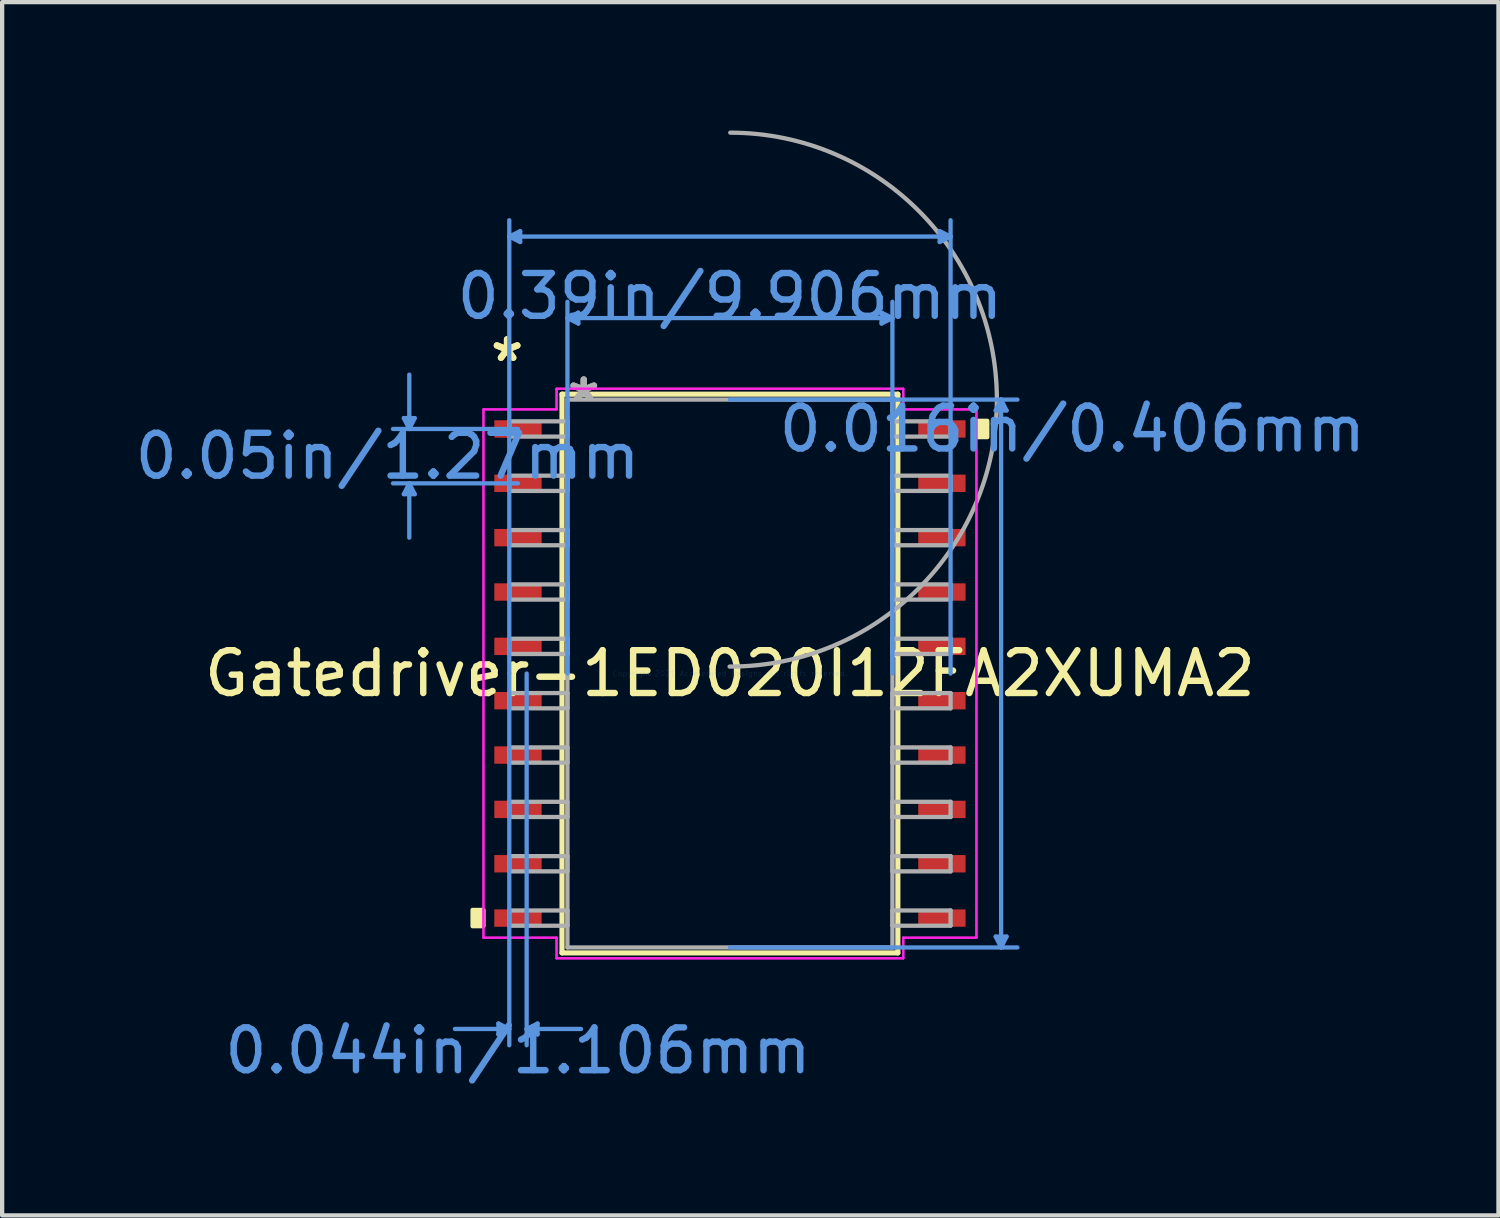
<source format=kicad_pcb>
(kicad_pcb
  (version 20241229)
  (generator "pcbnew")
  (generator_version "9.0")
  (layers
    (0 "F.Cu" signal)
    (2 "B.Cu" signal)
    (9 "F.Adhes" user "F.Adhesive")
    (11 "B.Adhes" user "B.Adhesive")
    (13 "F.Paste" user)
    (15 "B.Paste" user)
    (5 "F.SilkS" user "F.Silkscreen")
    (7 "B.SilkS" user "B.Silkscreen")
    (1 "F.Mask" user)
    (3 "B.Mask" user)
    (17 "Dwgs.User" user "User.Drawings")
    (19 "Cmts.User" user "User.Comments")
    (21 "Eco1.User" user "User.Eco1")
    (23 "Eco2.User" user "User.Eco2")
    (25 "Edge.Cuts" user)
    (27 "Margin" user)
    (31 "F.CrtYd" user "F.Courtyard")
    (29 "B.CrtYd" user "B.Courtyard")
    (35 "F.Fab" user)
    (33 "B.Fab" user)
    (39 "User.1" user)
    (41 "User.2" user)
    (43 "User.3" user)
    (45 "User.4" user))
  (footprint "Gatedriver-1ED020I12FA2XUMA2"
    (layer "F.Cu")
    (at 14.007 12.689)
    (property "Reference" "Gatedriver-1ED020I12FA2XUMA2" (at 0 0 0) (layer "F.SilkS") (effects (font (size 1 1) (thickness 0.15))))
    (attr through_hole)
    (fp_line (start -3.924 -6.528) (end -3.924 6.528) (stroke (width 0.12) (type solid)) (layer "F.SilkS"))
    (fp_line (start -3.924 6.528) (end 3.924 6.528) (stroke (width 0.12) (type solid)) (layer "F.SilkS"))
    (fp_line (start 3.924 -6.528) (end -3.924 -6.528) (stroke (width 0.12) (type solid)) (layer "F.SilkS"))
    (fp_line (start 3.924 6.528) (end 3.924 -6.528) (stroke (width 0.12) (type solid)) (layer "F.SilkS"))
    (fp_poly (pts (xy -6.014 5.524) (xy -6.014 5.905) (xy -5.76 5.905) (xy -5.76 5.524)) (stroke (width 0.1) (type solid)) (fill yes) (layer "F.SilkS"))
    (fp_poly (pts (xy 6.014 -5.905) (xy 6.014 -5.524) (xy 5.76 -5.524) (xy 5.76 -5.905)) (stroke (width 0.1) (type solid)) (fill yes) (layer "F.SilkS"))
    (fp_line (start -7.62 -5.969) (end -7.366 -5.969) (stroke (width 0.1) (type solid)) (layer "Cmts.User"))
    (fp_line (start -7.62 -4.191) (end -7.366 -4.191) (stroke (width 0.1) (type solid)) (layer "Cmts.User"))
    (fp_line (start -7.493 -5.715) (end -7.62 -5.969) (stroke (width 0.1) (type solid)) (layer "Cmts.User"))
    (fp_line (start -7.493 -5.715) (end -7.493 -6.985) (stroke (width 0.1) (type solid)) (layer "Cmts.User"))
    (fp_line (start -7.493 -5.715) (end -7.366 -5.969) (stroke (width 0.1) (type solid)) (layer "Cmts.User"))
    (fp_line (start -7.493 -4.445) (end -7.62 -4.191) (stroke (width 0.1) (type solid)) (layer "Cmts.User"))
    (fp_line (start -7.493 -4.445) (end -7.493 -3.175) (stroke (width 0.1) (type solid)) (layer "Cmts.User"))
    (fp_line (start -7.493 -4.445) (end -7.366 -4.191) (stroke (width 0.1) (type solid)) (layer "Cmts.User"))
    (fp_line (start -5.41 8.179) (end -5.41 8.433) (stroke (width 0.1) (type solid)) (layer "Cmts.User"))
    (fp_line (start -5.156 -10.211) (end -4.902 -10.338) (stroke (width 0.1) (type solid)) (layer "Cmts.User"))
    (fp_line (start -5.156 -10.211) (end -4.902 -10.084) (stroke (width 0.1) (type solid)) (layer "Cmts.User"))
    (fp_line (start -5.156 -10.211) (end 5.156 -10.211) (stroke (width 0.1) (type solid)) (layer "Cmts.User"))
    (fp_line (start -5.156 0) (end -5.156 -10.592) (stroke (width 0.1) (type solid)) (layer "Cmts.User"))
    (fp_line (start -5.156 0) (end -5.156 8.687) (stroke (width 0.1) (type solid)) (layer "Cmts.User"))
    (fp_line (start -5.156 8.306) (end -6.426 8.306) (stroke (width 0.1) (type solid)) (layer "Cmts.User"))
    (fp_line (start -5.156 8.306) (end -5.41 8.179) (stroke (width 0.1) (type solid)) (layer "Cmts.User"))
    (fp_line (start -5.156 8.306) (end -5.41 8.433) (stroke (width 0.1) (type solid)) (layer "Cmts.User"))
    (fp_line (start -4.953 -5.715) (end -7.874 -5.715) (stroke (width 0.1) (type solid)) (layer "Cmts.User"))
    (fp_line (start -4.953 -4.445) (end -7.874 -4.445) (stroke (width 0.1) (type solid)) (layer "Cmts.User"))
    (fp_line (start -4.902 -10.338) (end -4.902 -10.084) (stroke (width 0.1) (type solid)) (layer "Cmts.User"))
    (fp_line (start -4.75 0) (end -4.75 8.687) (stroke (width 0.1) (type solid)) (layer "Cmts.User"))
    (fp_line (start -4.75 8.306) (end -4.496 8.179) (stroke (width 0.1) (type solid)) (layer "Cmts.User"))
    (fp_line (start -4.75 8.306) (end -4.496 8.433) (stroke (width 0.1) (type solid)) (layer "Cmts.User"))
    (fp_line (start -4.75 8.306) (end -3.48 8.306) (stroke (width 0.1) (type solid)) (layer "Cmts.User"))
    (fp_line (start -4.496 8.179) (end -4.496 8.433) (stroke (width 0.1) (type solid)) (layer "Cmts.User"))
    (fp_line (start -3.797 -8.306) (end -3.543 -8.433) (stroke (width 0.1) (type solid)) (layer "Cmts.User"))
    (fp_line (start -3.797 -8.306) (end -3.543 -8.179) (stroke (width 0.1) (type solid)) (layer "Cmts.User"))
    (fp_line (start -3.797 -8.306) (end 3.797 -8.306) (stroke (width 0.1) (type solid)) (layer "Cmts.User"))
    (fp_line (start -3.797 0) (end -3.797 -8.687) (stroke (width 0.1) (type solid)) (layer "Cmts.User"))
    (fp_line (start -3.543 -8.433) (end -3.543 -8.179) (stroke (width 0.1) (type solid)) (layer "Cmts.User"))
    (fp_line (start 0 -6.401) (end 6.718 -6.401) (stroke (width 0.1) (type solid)) (layer "Cmts.User"))
    (fp_line (start 0 6.401) (end 6.718 6.401) (stroke (width 0.1) (type solid)) (layer "Cmts.User"))
    (fp_line (start 3.543 -8.433) (end 3.543 -8.179) (stroke (width 0.1) (type solid)) (layer "Cmts.User"))
    (fp_line (start 3.797 -8.306) (end 3.543 -8.433) (stroke (width 0.1) (type solid)) (layer "Cmts.User"))
    (fp_line (start 3.797 -8.306) (end 3.543 -8.179) (stroke (width 0.1) (type solid)) (layer "Cmts.User"))
    (fp_line (start 3.797 0) (end 3.797 -8.687) (stroke (width 0.1) (type solid)) (layer "Cmts.User"))
    (fp_line (start 4.902 -10.338) (end 4.902 -10.084) (stroke (width 0.1) (type solid)) (layer "Cmts.User"))
    (fp_line (start 5.156 -10.211) (end 4.902 -10.338) (stroke (width 0.1) (type solid)) (layer "Cmts.User"))
    (fp_line (start 5.156 -10.211) (end 4.902 -10.084) (stroke (width 0.1) (type solid)) (layer "Cmts.User"))
    (fp_line (start 5.156 0) (end 5.156 -10.592) (stroke (width 0.1) (type solid)) (layer "Cmts.User"))
    (fp_line (start 6.21 -6.147) (end 6.464 -6.147) (stroke (width 0.1) (type solid)) (layer "Cmts.User"))
    (fp_line (start 6.21 6.147) (end 6.464 6.147) (stroke (width 0.1) (type solid)) (layer "Cmts.User"))
    (fp_line (start 6.337 -6.401) (end 6.21 -6.147) (stroke (width 0.1) (type solid)) (layer "Cmts.User"))
    (fp_line (start 6.337 -6.401) (end 6.337 6.401) (stroke (width 0.1) (type solid)) (layer "Cmts.User"))
    (fp_line (start 6.337 -6.401) (end 6.464 -6.147) (stroke (width 0.1) (type solid)) (layer "Cmts.User"))
    (fp_line (start 6.337 6.401) (end 6.21 6.147) (stroke (width 0.1) (type solid)) (layer "Cmts.User"))
    (fp_line (start 6.337 6.401) (end 6.464 6.147) (stroke (width 0.1) (type solid)) (layer "Cmts.User"))
    (fp_line (start -5.76 -6.172) (end -4.051 -6.172) (stroke (width 0.05) (type solid)) (layer "F.CrtYd"))
    (fp_line (start -5.76 -6.172) (end -4.051 -6.172) (stroke (width 0.05) (type solid)) (layer "F.CrtYd"))
    (fp_line (start -5.76 6.172) (end -5.76 -6.172) (stroke (width 0.05) (type solid)) (layer "F.CrtYd"))
    (fp_line (start -5.76 6.172) (end -5.76 -6.172) (stroke (width 0.05) (type solid)) (layer "F.CrtYd"))
    (fp_line (start -5.76 6.172) (end -4.051 6.172) (stroke (width 0.05) (type solid)) (layer "F.CrtYd"))
    (fp_line (start -4.051 -6.655) (end 4.051 -6.655) (stroke (width 0.05) (type solid)) (layer "F.CrtYd"))
    (fp_line (start -4.051 -6.655) (end 4.051 -6.655) (stroke (width 0.05) (type solid)) (layer "F.CrtYd"))
    (fp_line (start -4.051 -6.172) (end -4.051 -6.655) (stroke (width 0.05) (type solid)) (layer "F.CrtYd"))
    (fp_line (start -4.051 -6.172) (end -4.051 -6.655) (stroke (width 0.05) (type solid)) (layer "F.CrtYd"))
    (fp_line (start -4.051 6.172) (end -5.76 6.172) (stroke (width 0.05) (type solid)) (layer "F.CrtYd"))
    (fp_line (start -4.051 6.655) (end -4.051 6.172) (stroke (width 0.05) (type solid)) (layer "F.CrtYd"))
    (fp_line (start -4.051 6.655) (end -4.051 6.172) (stroke (width 0.05) (type solid)) (layer "F.CrtYd"))
    (fp_line (start 4.051 -6.655) (end 4.051 -6.172) (stroke (width 0.05) (type solid)) (layer "F.CrtYd"))
    (fp_line (start 4.051 -6.655) (end 4.051 -6.172) (stroke (width 0.05) (type solid)) (layer "F.CrtYd"))
    (fp_line (start 4.051 -6.172) (end 5.76 -6.172) (stroke (width 0.05) (type solid)) (layer "F.CrtYd"))
    (fp_line (start 4.051 6.172) (end 4.051 6.655) (stroke (width 0.05) (type solid)) (layer "F.CrtYd"))
    (fp_line (start 4.051 6.172) (end 4.051 6.655) (stroke (width 0.05) (type solid)) (layer "F.CrtYd"))
    (fp_line (start 4.051 6.655) (end -4.051 6.655) (stroke (width 0.05) (type solid)) (layer "F.CrtYd"))
    (fp_line (start 4.051 6.655) (end -4.051 6.655) (stroke (width 0.05) (type solid)) (layer "F.CrtYd"))
    (fp_line (start 5.76 -6.172) (end 4.051 -6.172) (stroke (width 0.05) (type solid)) (layer "F.CrtYd"))
    (fp_line (start 5.76 -6.172) (end 5.76 6.172) (stroke (width 0.05) (type solid)) (layer "F.CrtYd"))
    (fp_line (start 5.76 -6.172) (end 5.76 6.172) (stroke (width 0.05) (type solid)) (layer "F.CrtYd"))
    (fp_line (start 5.76 6.172) (end 4.051 6.172) (stroke (width 0.05) (type solid)) (layer "F.CrtYd"))
    (fp_line (start 5.76 6.172) (end 4.051 6.172) (stroke (width 0.05) (type solid)) (layer "F.CrtYd"))
    (fp_line (start -5.156 -5.893) (end -5.156 -5.537) (stroke (width 0.1) (type solid)) (layer "F.Fab"))
    (fp_line (start -5.156 -5.537) (end -3.797 -5.537) (stroke (width 0.1) (type solid)) (layer "F.Fab"))
    (fp_line (start -5.156 -4.623) (end -5.156 -4.267) (stroke (width 0.1) (type solid)) (layer "F.Fab"))
    (fp_line (start -5.156 -4.267) (end -3.797 -4.267) (stroke (width 0.1) (type solid)) (layer "F.Fab"))
    (fp_line (start -5.156 -3.353) (end -5.156 -2.997) (stroke (width 0.1) (type solid)) (layer "F.Fab"))
    (fp_line (start -5.156 -2.997) (end -3.797 -2.997) (stroke (width 0.1) (type solid)) (layer "F.Fab"))
    (fp_line (start -5.156 -2.083) (end -5.156 -1.727) (stroke (width 0.1) (type solid)) (layer "F.Fab"))
    (fp_line (start -5.156 -1.727) (end -3.797 -1.727) (stroke (width 0.1) (type solid)) (layer "F.Fab"))
    (fp_line (start -5.156 -0.813) (end -5.156 -0.457) (stroke (width 0.1) (type solid)) (layer "F.Fab"))
    (fp_line (start -5.156 -0.457) (end -3.797 -0.457) (stroke (width 0.1) (type solid)) (layer "F.Fab"))
    (fp_line (start -5.156 0.457) (end -5.156 0.813) (stroke (width 0.1) (type solid)) (layer "F.Fab"))
    (fp_line (start -5.156 0.813) (end -3.797 0.813) (stroke (width 0.1) (type solid)) (layer "F.Fab"))
    (fp_line (start -5.156 1.727) (end -5.156 2.083) (stroke (width 0.1) (type solid)) (layer "F.Fab"))
    (fp_line (start -5.156 2.083) (end -3.797 2.083) (stroke (width 0.1) (type solid)) (layer "F.Fab"))
    (fp_line (start -5.156 2.997) (end -5.156 3.353) (stroke (width 0.1) (type solid)) (layer "F.Fab"))
    (fp_line (start -5.156 3.353) (end -3.797 3.353) (stroke (width 0.1) (type solid)) (layer "F.Fab"))
    (fp_line (start -5.156 4.267) (end -5.156 4.623) (stroke (width 0.1) (type solid)) (layer "F.Fab"))
    (fp_line (start -5.156 4.623) (end -3.797 4.623) (stroke (width 0.1) (type solid)) (layer "F.Fab"))
    (fp_line (start -5.156 5.537) (end -5.156 5.893) (stroke (width 0.1) (type solid)) (layer "F.Fab"))
    (fp_line (start -5.156 5.893) (end -3.797 5.893) (stroke (width 0.1) (type solid)) (layer "F.Fab"))
    (fp_line (start -3.797 -6.401) (end -3.797 6.401) (stroke (width 0.1) (type solid)) (layer "F.Fab"))
    (fp_line (start -3.797 -5.893) (end -5.156 -5.893) (stroke (width 0.1) (type solid)) (layer "F.Fab"))
    (fp_line (start -3.797 -5.537) (end -3.797 -5.893) (stroke (width 0.1) (type solid)) (layer "F.Fab"))
    (fp_line (start -3.797 -4.623) (end -5.156 -4.623) (stroke (width 0.1) (type solid)) (layer "F.Fab"))
    (fp_line (start -3.797 -4.267) (end -3.797 -4.623) (stroke (width 0.1) (type solid)) (layer "F.Fab"))
    (fp_line (start -3.797 -3.353) (end -5.156 -3.353) (stroke (width 0.1) (type solid)) (layer "F.Fab"))
    (fp_line (start -3.797 -2.997) (end -3.797 -3.353) (stroke (width 0.1) (type solid)) (layer "F.Fab"))
    (fp_line (start -3.797 -2.083) (end -5.156 -2.083) (stroke (width 0.1) (type solid)) (layer "F.Fab"))
    (fp_line (start -3.797 -1.727) (end -3.797 -2.083) (stroke (width 0.1) (type solid)) (layer "F.Fab"))
    (fp_line (start -3.797 -0.813) (end -5.156 -0.813) (stroke (width 0.1) (type solid)) (layer "F.Fab"))
    (fp_line (start -3.797 -0.457) (end -3.797 -0.813) (stroke (width 0.1) (type solid)) (layer "F.Fab"))
    (fp_line (start -3.797 0.457) (end -5.156 0.457) (stroke (width 0.1) (type solid)) (layer "F.Fab"))
    (fp_line (start -3.797 0.813) (end -3.797 0.457) (stroke (width 0.1) (type solid)) (layer "F.Fab"))
    (fp_line (start -3.797 1.727) (end -5.156 1.727) (stroke (width 0.1) (type solid)) (layer "F.Fab"))
    (fp_line (start -3.797 2.083) (end -3.797 1.727) (stroke (width 0.1) (type solid)) (layer "F.Fab"))
    (fp_line (start -3.797 2.997) (end -5.156 2.997) (stroke (width 0.1) (type solid)) (layer "F.Fab"))
    (fp_line (start -3.797 3.353) (end -3.797 2.997) (stroke (width 0.1) (type solid)) (layer "F.Fab"))
    (fp_line (start -3.797 4.267) (end -5.156 4.267) (stroke (width 0.1) (type solid)) (layer "F.Fab"))
    (fp_line (start -3.797 4.623) (end -3.797 4.267) (stroke (width 0.1) (type solid)) (layer "F.Fab"))
    (fp_line (start -3.797 5.537) (end -5.156 5.537) (stroke (width 0.1) (type solid)) (layer "F.Fab"))
    (fp_line (start -3.797 5.893) (end -3.797 5.537) (stroke (width 0.1) (type solid)) (layer "F.Fab"))
    (fp_line (start -3.797 6.401) (end 3.797 6.401) (stroke (width 0.1) (type solid)) (layer "F.Fab"))
    (fp_line (start 3.797 -6.401) (end -3.797 -6.401) (stroke (width 0.1) (type solid)) (layer "F.Fab"))
    (fp_line (start 3.797 -5.893) (end 3.797 -5.537) (stroke (width 0.1) (type solid)) (layer "F.Fab"))
    (fp_line (start 3.797 -5.537) (end 5.156 -5.537) (stroke (width 0.1) (type solid)) (layer "F.Fab"))
    (fp_line (start 3.797 -4.623) (end 3.797 -4.267) (stroke (width 0.1) (type solid)) (layer "F.Fab"))
    (fp_line (start 3.797 -4.267) (end 5.156 -4.267) (stroke (width 0.1) (type solid)) (layer "F.Fab"))
    (fp_line (start 3.797 -3.353) (end 3.797 -2.997) (stroke (width 0.1) (type solid)) (layer "F.Fab"))
    (fp_line (start 3.797 -2.997) (end 5.156 -2.997) (stroke (width 0.1) (type solid)) (layer "F.Fab"))
    (fp_line (start 3.797 -2.083) (end 3.797 -1.727) (stroke (width 0.1) (type solid)) (layer "F.Fab"))
    (fp_line (start 3.797 -1.727) (end 5.156 -1.727) (stroke (width 0.1) (type solid)) (layer "F.Fab"))
    (fp_line (start 3.797 -0.813) (end 3.797 -0.457) (stroke (width 0.1) (type solid)) (layer "F.Fab"))
    (fp_line (start 3.797 -0.457) (end 5.156 -0.457) (stroke (width 0.1) (type solid)) (layer "F.Fab"))
    (fp_line (start 3.797 0.457) (end 3.797 0.813) (stroke (width 0.1) (type solid)) (layer "F.Fab"))
    (fp_line (start 3.797 0.813) (end 5.156 0.813) (stroke (width 0.1) (type solid)) (layer "F.Fab"))
    (fp_line (start 3.797 1.727) (end 3.797 2.083) (stroke (width 0.1) (type solid)) (layer "F.Fab"))
    (fp_line (start 3.797 2.083) (end 5.156 2.083) (stroke (width 0.1) (type solid)) (layer "F.Fab"))
    (fp_line (start 3.797 2.997) (end 3.797 3.353) (stroke (width 0.1) (type solid)) (layer "F.Fab"))
    (fp_line (start 3.797 3.353) (end 5.156 3.353) (stroke (width 0.1) (type solid)) (layer "F.Fab"))
    (fp_line (start 3.797 4.267) (end 3.797 4.623) (stroke (width 0.1) (type solid)) (layer "F.Fab"))
    (fp_line (start 3.797 4.623) (end 5.156 4.623) (stroke (width 0.1) (type solid)) (layer "F.Fab"))
    (fp_line (start 3.797 5.537) (end 3.797 5.893) (stroke (width 0.1) (type solid)) (layer "F.Fab"))
    (fp_line (start 3.797 5.893) (end 5.156 5.893) (stroke (width 0.1) (type solid)) (layer "F.Fab"))
    (fp_line (start 3.797 6.401) (end 3.797 -6.401) (stroke (width 0.1) (type solid)) (layer "F.Fab"))
    (fp_line (start 5.156 -5.893) (end 3.797 -5.893) (stroke (width 0.1) (type solid)) (layer "F.Fab"))
    (fp_line (start 5.156 -5.537) (end 5.156 -5.893) (stroke (width 0.1) (type solid)) (layer "F.Fab"))
    (fp_line (start 5.156 -4.623) (end 3.797 -4.623) (stroke (width 0.1) (type solid)) (layer "F.Fab"))
    (fp_line (start 5.156 -4.267) (end 5.156 -4.623) (stroke (width 0.1) (type solid)) (layer "F.Fab"))
    (fp_line (start 5.156 -3.353) (end 3.797 -3.353) (stroke (width 0.1) (type solid)) (layer "F.Fab"))
    (fp_line (start 5.156 -2.997) (end 5.156 -3.353) (stroke (width 0.1) (type solid)) (layer "F.Fab"))
    (fp_line (start 5.156 -2.083) (end 3.797 -2.083) (stroke (width 0.1) (type solid)) (layer "F.Fab"))
    (fp_line (start 5.156 -1.727) (end 5.156 -2.083) (stroke (width 0.1) (type solid)) (layer "F.Fab"))
    (fp_line (start 5.156 -0.813) (end 3.797 -0.813) (stroke (width 0.1) (type solid)) (layer "F.Fab"))
    (fp_line (start 5.156 -0.457) (end 5.156 -0.813) (stroke (width 0.1) (type solid)) (layer "F.Fab"))
    (fp_line (start 5.156 0.457) (end 3.797 0.457) (stroke (width 0.1) (type solid)) (layer "F.Fab"))
    (fp_line (start 5.156 0.813) (end 5.156 0.457) (stroke (width 0.1) (type solid)) (layer "F.Fab"))
    (fp_line (start 5.156 1.727) (end 3.797 1.727) (stroke (width 0.1) (type solid)) (layer "F.Fab"))
    (fp_line (start 5.156 2.083) (end 5.156 1.727) (stroke (width 0.1) (type solid)) (layer "F.Fab"))
    (fp_line (start 5.156 2.997) (end 3.797 2.997) (stroke (width 0.1) (type solid)) (layer "F.Fab"))
    (fp_line (start 5.156 3.353) (end 5.156 2.997) (stroke (width 0.1) (type solid)) (layer "F.Fab"))
    (fp_line (start 5.156 4.267) (end 3.797 4.267) (stroke (width 0.1) (type solid)) (layer "F.Fab"))
    (fp_line (start 5.156 4.623) (end 5.156 4.267) (stroke (width 0.1) (type solid)) (layer "F.Fab"))
    (fp_line (start 5.156 5.537) (end 3.797 5.537) (stroke (width 0.1) (type solid)) (layer "F.Fab"))
    (fp_line (start 5.156 5.893) (end 5.156 5.537) (stroke (width 0.1) (type solid)) (layer "F.Fab"))
    (fp_arc (start 0.007742 -12.63902) (mid 6.23822 -6.393058) (end -0.007742 -0.16258) (stroke (width 0.1) (type solid)) (layer "F.Fab"))
    (fp_text user "*" (at -5.207 -7.264 0) (layer "F.SilkS") (effects (font (size 1 1) (thickness 0.15))))
    (fp_text user "*" (at -5.207 -7.264 0) (layer "F.SilkS") (effects (font (size 1 1) (thickness 0.15))))
    (fp_text user "0.05in/1.27mm" (at -8.001 -5.08 0) (layer "Cmts.User") (effects (font (size 1 1) (thickness 0.15))))
    (fp_text user "0.044in/1.106mm" (at -4.953 8.814 0) (layer "Cmts.User") (effects (font (size 1 1) (thickness 0.15))))
    (fp_text user "0.39in/9.906mm" (at 0 -8.814 0) (layer "Cmts.User") (effects (font (size 1 1) (thickness 0.15))))
    (fp_text user "Copyright 2021 Accelerated Designs. All rights reserved." (at 0 0 0) (layer "Cmts.User") (effects (font (size 0.127 0.127) (thickness 0.002))))
    (fp_text user "0.016in/0.406mm" (at 8.001 -5.715 0) (layer "Cmts.User") (effects (font (size 1 1) (thickness 0.15))))
    (fp_text user "*" (at -3.416 -6.325 0) (layer "F.Fab") (effects (font (size 1 1) (thickness 0.15))))
    (fp_text user "*" (at -3.416 -6.325 0) (layer "F.Fab") (effects (font (size 1 1) (thickness 0.15))))
    (pad "1" smd rect (at -4.953 -5.715) (size 1.106 0.406) (layers "F.Cu" "F.Mask" "F.Paste"))
    (pad "2" smd rect (at -4.953 -4.445) (size 1.106 0.406) (layers "F.Cu" "F.Mask" "F.Paste"))
    (pad "3" smd rect (at -4.953 -3.175) (size 1.106 0.406) (layers "F.Cu" "F.Mask" "F.Paste"))
    (pad "4" smd rect (at -4.953 -1.905) (size 1.106 0.406) (layers "F.Cu" "F.Mask" "F.Paste"))
    (pad "5" smd rect (at -4.953 -0.635) (size 1.106 0.406) (layers "F.Cu" "F.Mask" "F.Paste"))
    (pad "6" smd rect (at -4.953 0.635) (size 1.106 0.406) (layers "F.Cu" "F.Mask" "F.Paste"))
    (pad "7" smd rect (at -4.953 1.905) (size 1.106 0.406) (layers "F.Cu" "F.Mask" "F.Paste"))
    (pad "8" smd rect (at -4.953 3.175) (size 1.106 0.406) (layers "F.Cu" "F.Mask" "F.Paste"))
    (pad "9" smd rect (at -4.953 4.445) (size 1.106 0.406) (layers "F.Cu" "F.Mask" "F.Paste"))
    (pad "10" smd rect (at -4.953 5.715) (size 1.106 0.406) (layers "F.Cu" "F.Mask" "F.Paste"))
    (pad "11" smd rect (at 4.953 5.715) (size 1.106 0.406) (layers "F.Cu" "F.Mask" "F.Paste"))
    (pad "12" smd rect (at 4.953 4.445) (size 1.106 0.406) (layers "F.Cu" "F.Mask" "F.Paste"))
    (pad "13" smd rect (at 4.953 3.175) (size 1.106 0.406) (layers "F.Cu" "F.Mask" "F.Paste"))
    (pad "14" smd rect (at 4.953 1.905) (size 1.106 0.406) (layers "F.Cu" "F.Mask" "F.Paste"))
    (pad "15" smd rect (at 4.953 0.635) (size 1.106 0.406) (layers "F.Cu" "F.Mask" "F.Paste"))
    (pad "16" smd rect (at 4.953 -0.635) (size 1.106 0.406) (layers "F.Cu" "F.Mask" "F.Paste"))
    (pad "17" smd rect (at 4.953 -1.905) (size 1.106 0.406) (layers "F.Cu" "F.Mask" "F.Paste"))
    (pad "18" smd rect (at 4.953 -3.175) (size 1.106 0.406) (layers "F.Cu" "F.Mask" "F.Paste"))
    (pad "19" smd rect (at 4.953 -4.445) (size 1.106 0.406) (layers "F.Cu" "F.Mask" "F.Paste"))
    (pad "20" smd rect (at 4.953 -5.715) (size 1.106 0.406) (layers "F.Cu" "F.Mask" "F.Paste")))
  (gr_rect
    (start -3 -3)
    (end 31.966 25.351)
    (stroke (width 0.1) (type default))
    (fill no)
    (layer "Edge.Cuts")))
</source>
